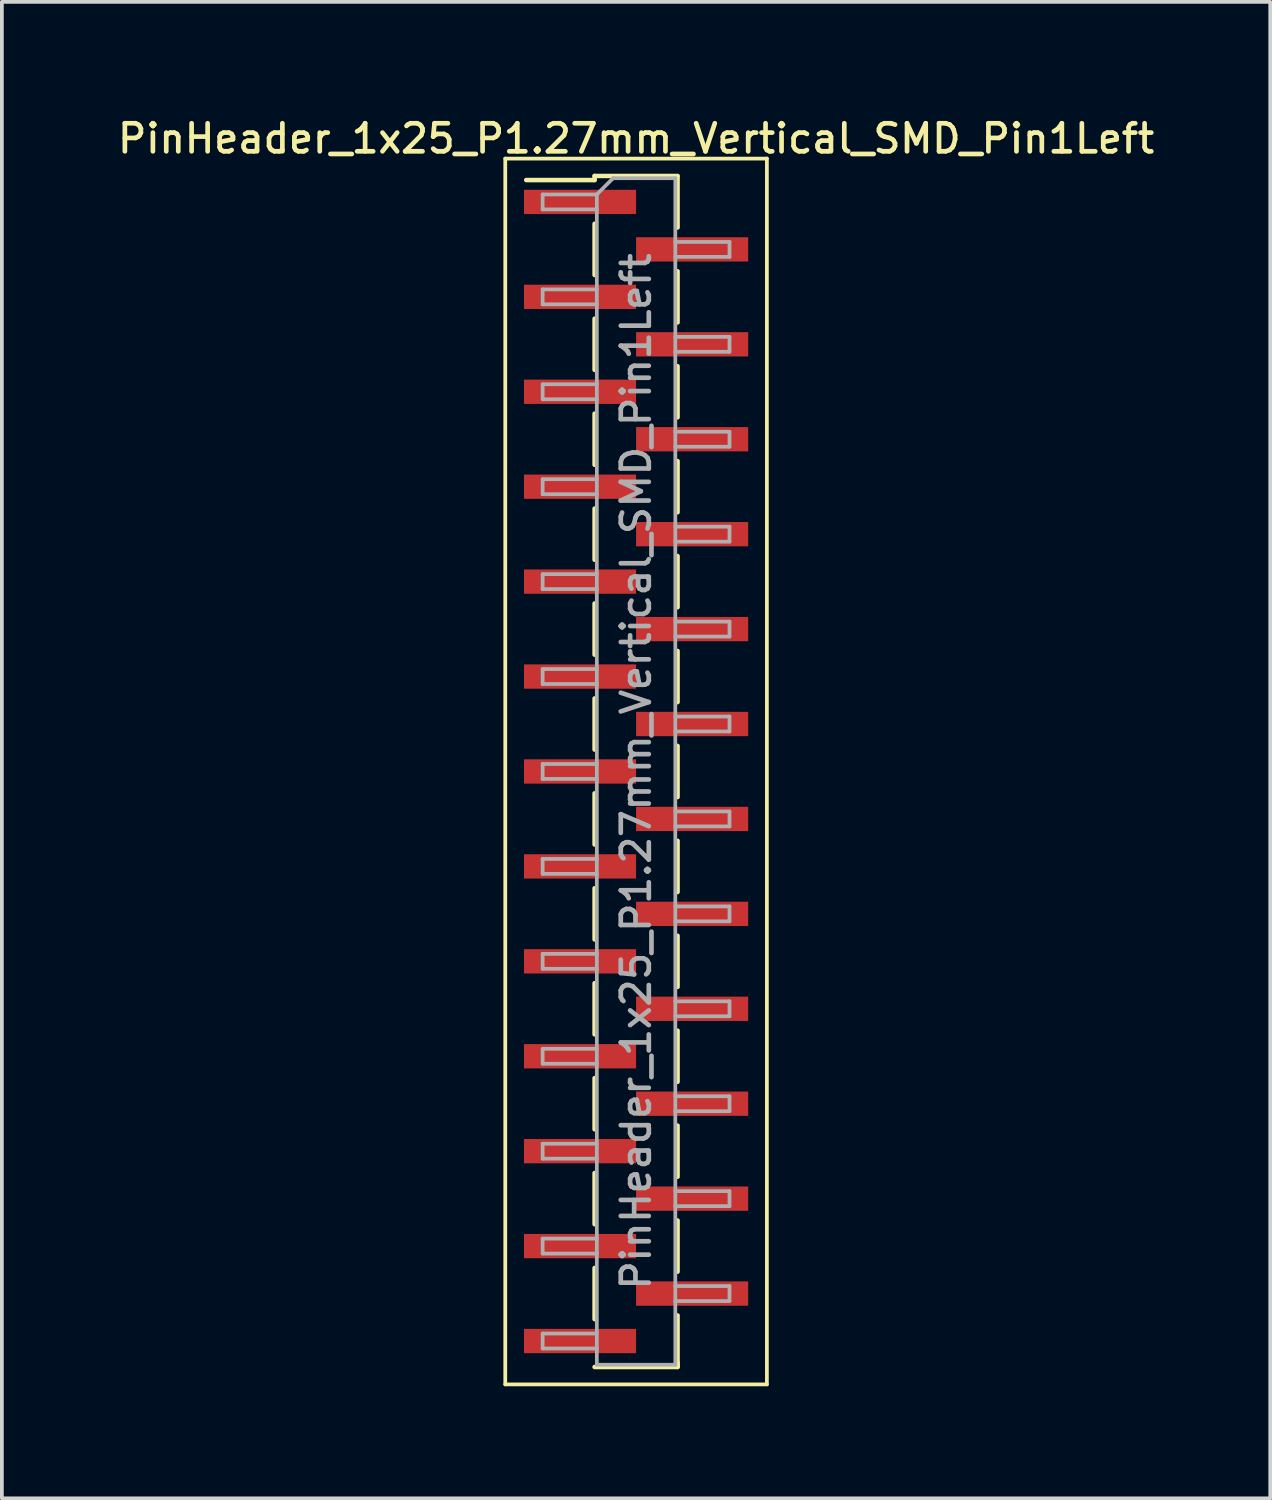
<source format=kicad_pcb>
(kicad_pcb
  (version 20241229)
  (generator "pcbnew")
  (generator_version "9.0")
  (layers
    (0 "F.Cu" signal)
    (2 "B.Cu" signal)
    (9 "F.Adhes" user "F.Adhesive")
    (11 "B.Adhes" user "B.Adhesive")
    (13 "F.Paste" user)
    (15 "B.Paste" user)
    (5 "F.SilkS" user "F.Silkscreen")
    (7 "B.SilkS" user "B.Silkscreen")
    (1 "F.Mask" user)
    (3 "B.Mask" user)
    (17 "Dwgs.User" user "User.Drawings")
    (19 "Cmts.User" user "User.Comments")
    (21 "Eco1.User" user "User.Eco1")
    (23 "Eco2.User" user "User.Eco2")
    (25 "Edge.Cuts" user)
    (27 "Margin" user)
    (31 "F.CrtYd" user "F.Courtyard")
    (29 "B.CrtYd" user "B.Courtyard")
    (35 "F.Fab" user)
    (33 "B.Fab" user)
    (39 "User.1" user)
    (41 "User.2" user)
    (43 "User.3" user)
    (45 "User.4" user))
  (footprint "PinHeader_1x25_P1.27mm_Vertical_SMD_Pin1Left"
    (layer "F.Cu")
    (at 13.97 17.593)
    (property "Reference" "PinHeader_1x25_P1.27mm_Vertical_SMD_Pin1Left" (at 0 -16.935 0) (layer "F.SilkS") (effects (font (size 0.75 0.75) (thickness 0.125))))
    (attr smd)
    (fp_line (start -3.5 -16.4) (end -3.5 16.4) (stroke (width 0.1) (type solid)) (layer "F.SilkS"))
    (fp_line (start -3.5 16.4) (end 3.5 16.4) (stroke (width 0.1) (type solid)) (layer "F.SilkS"))
    (fp_line (start -1.11 -15.935) (end -1.11 -15.825) (stroke (width 0.12) (type solid)) (layer "F.SilkS"))
    (fp_line (start -1.11 -15.935) (end 1.11 -15.935) (stroke (width 0.12) (type solid)) (layer "F.SilkS"))
    (fp_line (start -1.11 -15.825) (end -2.94 -15.825) (stroke (width 0.12) (type solid)) (layer "F.SilkS"))
    (fp_line (start -1.11 -14.655) (end -1.11 -13.285) (stroke (width 0.12) (type solid)) (layer "F.SilkS"))
    (fp_line (start -1.11 -12.115) (end -1.11 -10.745) (stroke (width 0.12) (type solid)) (layer "F.SilkS"))
    (fp_line (start -1.11 -9.575) (end -1.11 -8.205) (stroke (width 0.12) (type solid)) (layer "F.SilkS"))
    (fp_line (start -1.11 -7.035) (end -1.11 -5.665) (stroke (width 0.12) (type solid)) (layer "F.SilkS"))
    (fp_line (start -1.11 -4.495) (end -1.11 -3.125) (stroke (width 0.12) (type solid)) (layer "F.SilkS"))
    (fp_line (start -1.11 -1.955) (end -1.11 -0.585) (stroke (width 0.12) (type solid)) (layer "F.SilkS"))
    (fp_line (start -1.11 0.585) (end -1.11 1.955) (stroke (width 0.12) (type solid)) (layer "F.SilkS"))
    (fp_line (start -1.11 3.125) (end -1.11 4.495) (stroke (width 0.12) (type solid)) (layer "F.SilkS"))
    (fp_line (start -1.11 5.665) (end -1.11 7.035) (stroke (width 0.12) (type solid)) (layer "F.SilkS"))
    (fp_line (start -1.11 8.205) (end -1.11 9.575) (stroke (width 0.12) (type solid)) (layer "F.SilkS"))
    (fp_line (start -1.11 10.745) (end -1.11 12.115) (stroke (width 0.12) (type solid)) (layer "F.SilkS"))
    (fp_line (start -1.11 13.285) (end -1.11 14.655) (stroke (width 0.12) (type solid)) (layer "F.SilkS"))
    (fp_line (start -1.11 15.935) (end 1.11 15.935) (stroke (width 0.12) (type solid)) (layer "F.SilkS"))
    (fp_line (start 1.11 -15.925) (end 1.11 -14.555) (stroke (width 0.12) (type solid)) (layer "F.SilkS"))
    (fp_line (start 1.11 -13.385) (end 1.11 -12.015) (stroke (width 0.12) (type solid)) (layer "F.SilkS"))
    (fp_line (start 1.11 -10.845) (end 1.11 -9.475) (stroke (width 0.12) (type solid)) (layer "F.SilkS"))
    (fp_line (start 1.11 -8.305) (end 1.11 -6.935) (stroke (width 0.12) (type solid)) (layer "F.SilkS"))
    (fp_line (start 1.11 -5.765) (end 1.11 -4.395) (stroke (width 0.12) (type solid)) (layer "F.SilkS"))
    (fp_line (start 1.11 -3.225) (end 1.11 -1.855) (stroke (width 0.12) (type solid)) (layer "F.SilkS"))
    (fp_line (start 1.11 -0.685) (end 1.11 0.685) (stroke (width 0.12) (type solid)) (layer "F.SilkS"))
    (fp_line (start 1.11 1.855) (end 1.11 3.225) (stroke (width 0.12) (type solid)) (layer "F.SilkS"))
    (fp_line (start 1.11 4.395) (end 1.11 5.765) (stroke (width 0.12) (type solid)) (layer "F.SilkS"))
    (fp_line (start 1.11 6.935) (end 1.11 8.305) (stroke (width 0.12) (type solid)) (layer "F.SilkS"))
    (fp_line (start 1.11 9.475) (end 1.11 10.845) (stroke (width 0.12) (type solid)) (layer "F.SilkS"))
    (fp_line (start 1.11 12.015) (end 1.11 13.385) (stroke (width 0.12) (type solid)) (layer "F.SilkS"))
    (fp_line (start 1.11 14.555) (end 1.11 15.925) (stroke (width 0.12) (type solid)) (layer "F.SilkS"))
    (fp_line (start 1.11 15.825) (end 1.11 15.935) (stroke (width 0.12) (type solid)) (layer "F.SilkS"))
    (fp_line (start 3.5 -16.4) (end -3.5 -16.4) (stroke (width 0.1) (type solid)) (layer "F.SilkS"))
    (fp_line (start 3.5 16.4) (end 3.5 -16.4) (stroke (width 0.1) (type solid)) (layer "F.SilkS"))
    (fp_line (start -2.5 -15.44) (end -2.5 -15.04) (stroke (width 0.1) (type solid)) (layer "F.Fab"))
    (fp_line (start -2.5 -15.04) (end -1.05 -15.04) (stroke (width 0.1) (type solid)) (layer "F.Fab"))
    (fp_line (start -2.5 -12.9) (end -2.5 -12.5) (stroke (width 0.1) (type solid)) (layer "F.Fab"))
    (fp_line (start -2.5 -12.5) (end -1.05 -12.5) (stroke (width 0.1) (type solid)) (layer "F.Fab"))
    (fp_line (start -2.5 -10.36) (end -2.5 -9.96) (stroke (width 0.1) (type solid)) (layer "F.Fab"))
    (fp_line (start -2.5 -9.96) (end -1.05 -9.96) (stroke (width 0.1) (type solid)) (layer "F.Fab"))
    (fp_line (start -2.5 -7.82) (end -2.5 -7.42) (stroke (width 0.1) (type solid)) (layer "F.Fab"))
    (fp_line (start -2.5 -7.42) (end -1.05 -7.42) (stroke (width 0.1) (type solid)) (layer "F.Fab"))
    (fp_line (start -2.5 -5.28) (end -2.5 -4.88) (stroke (width 0.1) (type solid)) (layer "F.Fab"))
    (fp_line (start -2.5 -4.88) (end -1.05 -4.88) (stroke (width 0.1) (type solid)) (layer "F.Fab"))
    (fp_line (start -2.5 -2.74) (end -2.5 -2.34) (stroke (width 0.1) (type solid)) (layer "F.Fab"))
    (fp_line (start -2.5 -2.34) (end -1.05 -2.34) (stroke (width 0.1) (type solid)) (layer "F.Fab"))
    (fp_line (start -2.5 -0.2) (end -2.5 0.2) (stroke (width 0.1) (type solid)) (layer "F.Fab"))
    (fp_line (start -2.5 0.2) (end -1.05 0.2) (stroke (width 0.1) (type solid)) (layer "F.Fab"))
    (fp_line (start -2.5 2.34) (end -2.5 2.74) (stroke (width 0.1) (type solid)) (layer "F.Fab"))
    (fp_line (start -2.5 2.74) (end -1.05 2.74) (stroke (width 0.1) (type solid)) (layer "F.Fab"))
    (fp_line (start -2.5 4.88) (end -2.5 5.28) (stroke (width 0.1) (type solid)) (layer "F.Fab"))
    (fp_line (start -2.5 5.28) (end -1.05 5.28) (stroke (width 0.1) (type solid)) (layer "F.Fab"))
    (fp_line (start -2.5 7.42) (end -2.5 7.82) (stroke (width 0.1) (type solid)) (layer "F.Fab"))
    (fp_line (start -2.5 7.82) (end -1.05 7.82) (stroke (width 0.1) (type solid)) (layer "F.Fab"))
    (fp_line (start -2.5 9.96) (end -2.5 10.36) (stroke (width 0.1) (type solid)) (layer "F.Fab"))
    (fp_line (start -2.5 10.36) (end -1.05 10.36) (stroke (width 0.1) (type solid)) (layer "F.Fab"))
    (fp_line (start -2.5 12.5) (end -2.5 12.9) (stroke (width 0.1) (type solid)) (layer "F.Fab"))
    (fp_line (start -2.5 12.9) (end -1.05 12.9) (stroke (width 0.1) (type solid)) (layer "F.Fab"))
    (fp_line (start -2.5 15.04) (end -2.5 15.44) (stroke (width 0.1) (type solid)) (layer "F.Fab"))
    (fp_line (start -2.5 15.44) (end -1.05 15.44) (stroke (width 0.1) (type solid)) (layer "F.Fab"))
    (fp_line (start -1.05 -15.44) (end -2.5 -15.44) (stroke (width 0.1) (type solid)) (layer "F.Fab"))
    (fp_line (start -1.05 -15.44) (end -0.615 -15.875) (stroke (width 0.1) (type solid)) (layer "F.Fab"))
    (fp_line (start -1.05 -12.9) (end -2.5 -12.9) (stroke (width 0.1) (type solid)) (layer "F.Fab"))
    (fp_line (start -1.05 -10.36) (end -2.5 -10.36) (stroke (width 0.1) (type solid)) (layer "F.Fab"))
    (fp_line (start -1.05 -7.82) (end -2.5 -7.82) (stroke (width 0.1) (type solid)) (layer "F.Fab"))
    (fp_line (start -1.05 -5.28) (end -2.5 -5.28) (stroke (width 0.1) (type solid)) (layer "F.Fab"))
    (fp_line (start -1.05 -2.74) (end -2.5 -2.74) (stroke (width 0.1) (type solid)) (layer "F.Fab"))
    (fp_line (start -1.05 -0.2) (end -2.5 -0.2) (stroke (width 0.1) (type solid)) (layer "F.Fab"))
    (fp_line (start -1.05 2.34) (end -2.5 2.34) (stroke (width 0.1) (type solid)) (layer "F.Fab"))
    (fp_line (start -1.05 4.88) (end -2.5 4.88) (stroke (width 0.1) (type solid)) (layer "F.Fab"))
    (fp_line (start -1.05 7.42) (end -2.5 7.42) (stroke (width 0.1) (type solid)) (layer "F.Fab"))
    (fp_line (start -1.05 9.96) (end -2.5 9.96) (stroke (width 0.1) (type solid)) (layer "F.Fab"))
    (fp_line (start -1.05 12.5) (end -2.5 12.5) (stroke (width 0.1) (type solid)) (layer "F.Fab"))
    (fp_line (start -1.05 15.04) (end -2.5 15.04) (stroke (width 0.1) (type solid)) (layer "F.Fab"))
    (fp_line (start -1.05 15.875) (end -1.05 -15.44) (stroke (width 0.1) (type solid)) (layer "F.Fab"))
    (fp_line (start -0.615 -15.875) (end 1.05 -15.875) (stroke (width 0.1) (type solid)) (layer "F.Fab"))
    (fp_line (start 1.05 -15.875) (end 1.05 15.875) (stroke (width 0.1) (type solid)) (layer "F.Fab"))
    (fp_line (start 1.05 -14.17) (end 2.5 -14.17) (stroke (width 0.1) (type solid)) (layer "F.Fab"))
    (fp_line (start 1.05 -11.63) (end 2.5 -11.63) (stroke (width 0.1) (type solid)) (layer "F.Fab"))
    (fp_line (start 1.05 -9.09) (end 2.5 -9.09) (stroke (width 0.1) (type solid)) (layer "F.Fab"))
    (fp_line (start 1.05 -6.55) (end 2.5 -6.55) (stroke (width 0.1) (type solid)) (layer "F.Fab"))
    (fp_line (start 1.05 -4.01) (end 2.5 -4.01) (stroke (width 0.1) (type solid)) (layer "F.Fab"))
    (fp_line (start 1.05 -1.47) (end 2.5 -1.47) (stroke (width 0.1) (type solid)) (layer "F.Fab"))
    (fp_line (start 1.05 1.07) (end 2.5 1.07) (stroke (width 0.1) (type solid)) (layer "F.Fab"))
    (fp_line (start 1.05 3.61) (end 2.5 3.61) (stroke (width 0.1) (type solid)) (layer "F.Fab"))
    (fp_line (start 1.05 6.15) (end 2.5 6.15) (stroke (width 0.1) (type solid)) (layer "F.Fab"))
    (fp_line (start 1.05 8.69) (end 2.5 8.69) (stroke (width 0.1) (type solid)) (layer "F.Fab"))
    (fp_line (start 1.05 11.23) (end 2.5 11.23) (stroke (width 0.1) (type solid)) (layer "F.Fab"))
    (fp_line (start 1.05 13.77) (end 2.5 13.77) (stroke (width 0.1) (type solid)) (layer "F.Fab"))
    (fp_line (start 1.05 15.875) (end -1.05 15.875) (stroke (width 0.1) (type solid)) (layer "F.Fab"))
    (fp_line (start 2.5 -14.17) (end 2.5 -13.77) (stroke (width 0.1) (type solid)) (layer "F.Fab"))
    (fp_line (start 2.5 -13.77) (end 1.05 -13.77) (stroke (width 0.1) (type solid)) (layer "F.Fab"))
    (fp_line (start 2.5 -11.63) (end 2.5 -11.23) (stroke (width 0.1) (type solid)) (layer "F.Fab"))
    (fp_line (start 2.5 -11.23) (end 1.05 -11.23) (stroke (width 0.1) (type solid)) (layer "F.Fab"))
    (fp_line (start 2.5 -9.09) (end 2.5 -8.69) (stroke (width 0.1) (type solid)) (layer "F.Fab"))
    (fp_line (start 2.5 -8.69) (end 1.05 -8.69) (stroke (width 0.1) (type solid)) (layer "F.Fab"))
    (fp_line (start 2.5 -6.55) (end 2.5 -6.15) (stroke (width 0.1) (type solid)) (layer "F.Fab"))
    (fp_line (start 2.5 -6.15) (end 1.05 -6.15) (stroke (width 0.1) (type solid)) (layer "F.Fab"))
    (fp_line (start 2.5 -4.01) (end 2.5 -3.61) (stroke (width 0.1) (type solid)) (layer "F.Fab"))
    (fp_line (start 2.5 -3.61) (end 1.05 -3.61) (stroke (width 0.1) (type solid)) (layer "F.Fab"))
    (fp_line (start 2.5 -1.47) (end 2.5 -1.07) (stroke (width 0.1) (type solid)) (layer "F.Fab"))
    (fp_line (start 2.5 -1.07) (end 1.05 -1.07) (stroke (width 0.1) (type solid)) (layer "F.Fab"))
    (fp_line (start 2.5 1.07) (end 2.5 1.47) (stroke (width 0.1) (type solid)) (layer "F.Fab"))
    (fp_line (start 2.5 1.47) (end 1.05 1.47) (stroke (width 0.1) (type solid)) (layer "F.Fab"))
    (fp_line (start 2.5 3.61) (end 2.5 4.01) (stroke (width 0.1) (type solid)) (layer "F.Fab"))
    (fp_line (start 2.5 4.01) (end 1.05 4.01) (stroke (width 0.1) (type solid)) (layer "F.Fab"))
    (fp_line (start 2.5 6.15) (end 2.5 6.55) (stroke (width 0.1) (type solid)) (layer "F.Fab"))
    (fp_line (start 2.5 6.55) (end 1.05 6.55) (stroke (width 0.1) (type solid)) (layer "F.Fab"))
    (fp_line (start 2.5 8.69) (end 2.5 9.09) (stroke (width 0.1) (type solid)) (layer "F.Fab"))
    (fp_line (start 2.5 9.09) (end 1.05 9.09) (stroke (width 0.1) (type solid)) (layer "F.Fab"))
    (fp_line (start 2.5 11.23) (end 2.5 11.63) (stroke (width 0.1) (type solid)) (layer "F.Fab"))
    (fp_line (start 2.5 11.63) (end 1.05 11.63) (stroke (width 0.1) (type solid)) (layer "F.Fab"))
    (fp_line (start 2.5 13.77) (end 2.5 14.17) (stroke (width 0.1) (type solid)) (layer "F.Fab"))
    (fp_line (start 2.5 14.17) (end 1.05 14.17) (stroke (width 0.1) (type solid)) (layer "F.Fab"))
    (fp_text user "${REFERENCE}" (at 0 0 90) (layer "F.Fab") (effects (font (size 0.75 0.75) (thickness 0.125))))
    (pad "1" smd rect (at -1.5 -15.24) (size 3 0.65) (layers "F.Cu" "F.Mask" "F.Paste"))
    (pad "2" smd rect (at 1.5 -13.97) (size 3 0.65) (layers "F.Cu" "F.Mask" "F.Paste"))
    (pad "3" smd rect (at -1.5 -12.7) (size 3 0.65) (layers "F.Cu" "F.Mask" "F.Paste"))
    (pad "4" smd rect (at 1.5 -11.43) (size 3 0.65) (layers "F.Cu" "F.Mask" "F.Paste"))
    (pad "5" smd rect (at -1.5 -10.16) (size 3 0.65) (layers "F.Cu" "F.Mask" "F.Paste"))
    (pad "6" smd rect (at 1.5 -8.89) (size 3 0.65) (layers "F.Cu" "F.Mask" "F.Paste"))
    (pad "7" smd rect (at -1.5 -7.62) (size 3 0.65) (layers "F.Cu" "F.Mask" "F.Paste"))
    (pad "8" smd rect (at 1.5 -6.35) (size 3 0.65) (layers "F.Cu" "F.Mask" "F.Paste"))
    (pad "9" smd rect (at -1.5 -5.08) (size 3 0.65) (layers "F.Cu" "F.Mask" "F.Paste"))
    (pad "10" smd rect (at 1.5 -3.81) (size 3 0.65) (layers "F.Cu" "F.Mask" "F.Paste"))
    (pad "11" smd rect (at -1.5 -2.54) (size 3 0.65) (layers "F.Cu" "F.Mask" "F.Paste"))
    (pad "12" smd rect (at 1.5 -1.27) (size 3 0.65) (layers "F.Cu" "F.Mask" "F.Paste"))
    (pad "13" smd rect (at -1.5 0) (size 3 0.65) (layers "F.Cu" "F.Mask" "F.Paste"))
    (pad "14" smd rect (at 1.5 1.27) (size 3 0.65) (layers "F.Cu" "F.Mask" "F.Paste"))
    (pad "15" smd rect (at -1.5 2.54) (size 3 0.65) (layers "F.Cu" "F.Mask" "F.Paste"))
    (pad "16" smd rect (at 1.5 3.81) (size 3 0.65) (layers "F.Cu" "F.Mask" "F.Paste"))
    (pad "17" smd rect (at -1.5 5.08) (size 3 0.65) (layers "F.Cu" "F.Mask" "F.Paste"))
    (pad "18" smd rect (at 1.5 6.35) (size 3 0.65) (layers "F.Cu" "F.Mask" "F.Paste"))
    (pad "19" smd rect (at -1.5 7.62) (size 3 0.65) (layers "F.Cu" "F.Mask" "F.Paste"))
    (pad "20" smd rect (at 1.5 8.89) (size 3 0.65) (layers "F.Cu" "F.Mask" "F.Paste"))
    (pad "21" smd rect (at -1.5 10.16) (size 3 0.65) (layers "F.Cu" "F.Mask" "F.Paste"))
    (pad "22" smd rect (at 1.5 11.43) (size 3 0.65) (layers "F.Cu" "F.Mask" "F.Paste"))
    (pad "23" smd rect (at -1.5 12.7) (size 3 0.65) (layers "F.Cu" "F.Mask" "F.Paste"))
    (pad "24" smd rect (at 1.5 13.97) (size 3 0.65) (layers "F.Cu" "F.Mask" "F.Paste"))
    (pad "25" smd rect (at -1.5 15.24) (size 3 0.65) (layers "F.Cu" "F.Mask" "F.Paste")))
  (gr_rect
    (start -3 -3)
    (end 30.939 37.043)
    (stroke (width 0.1) (type default))
    (fill no)
    (layer "Edge.Cuts")))
</source>
